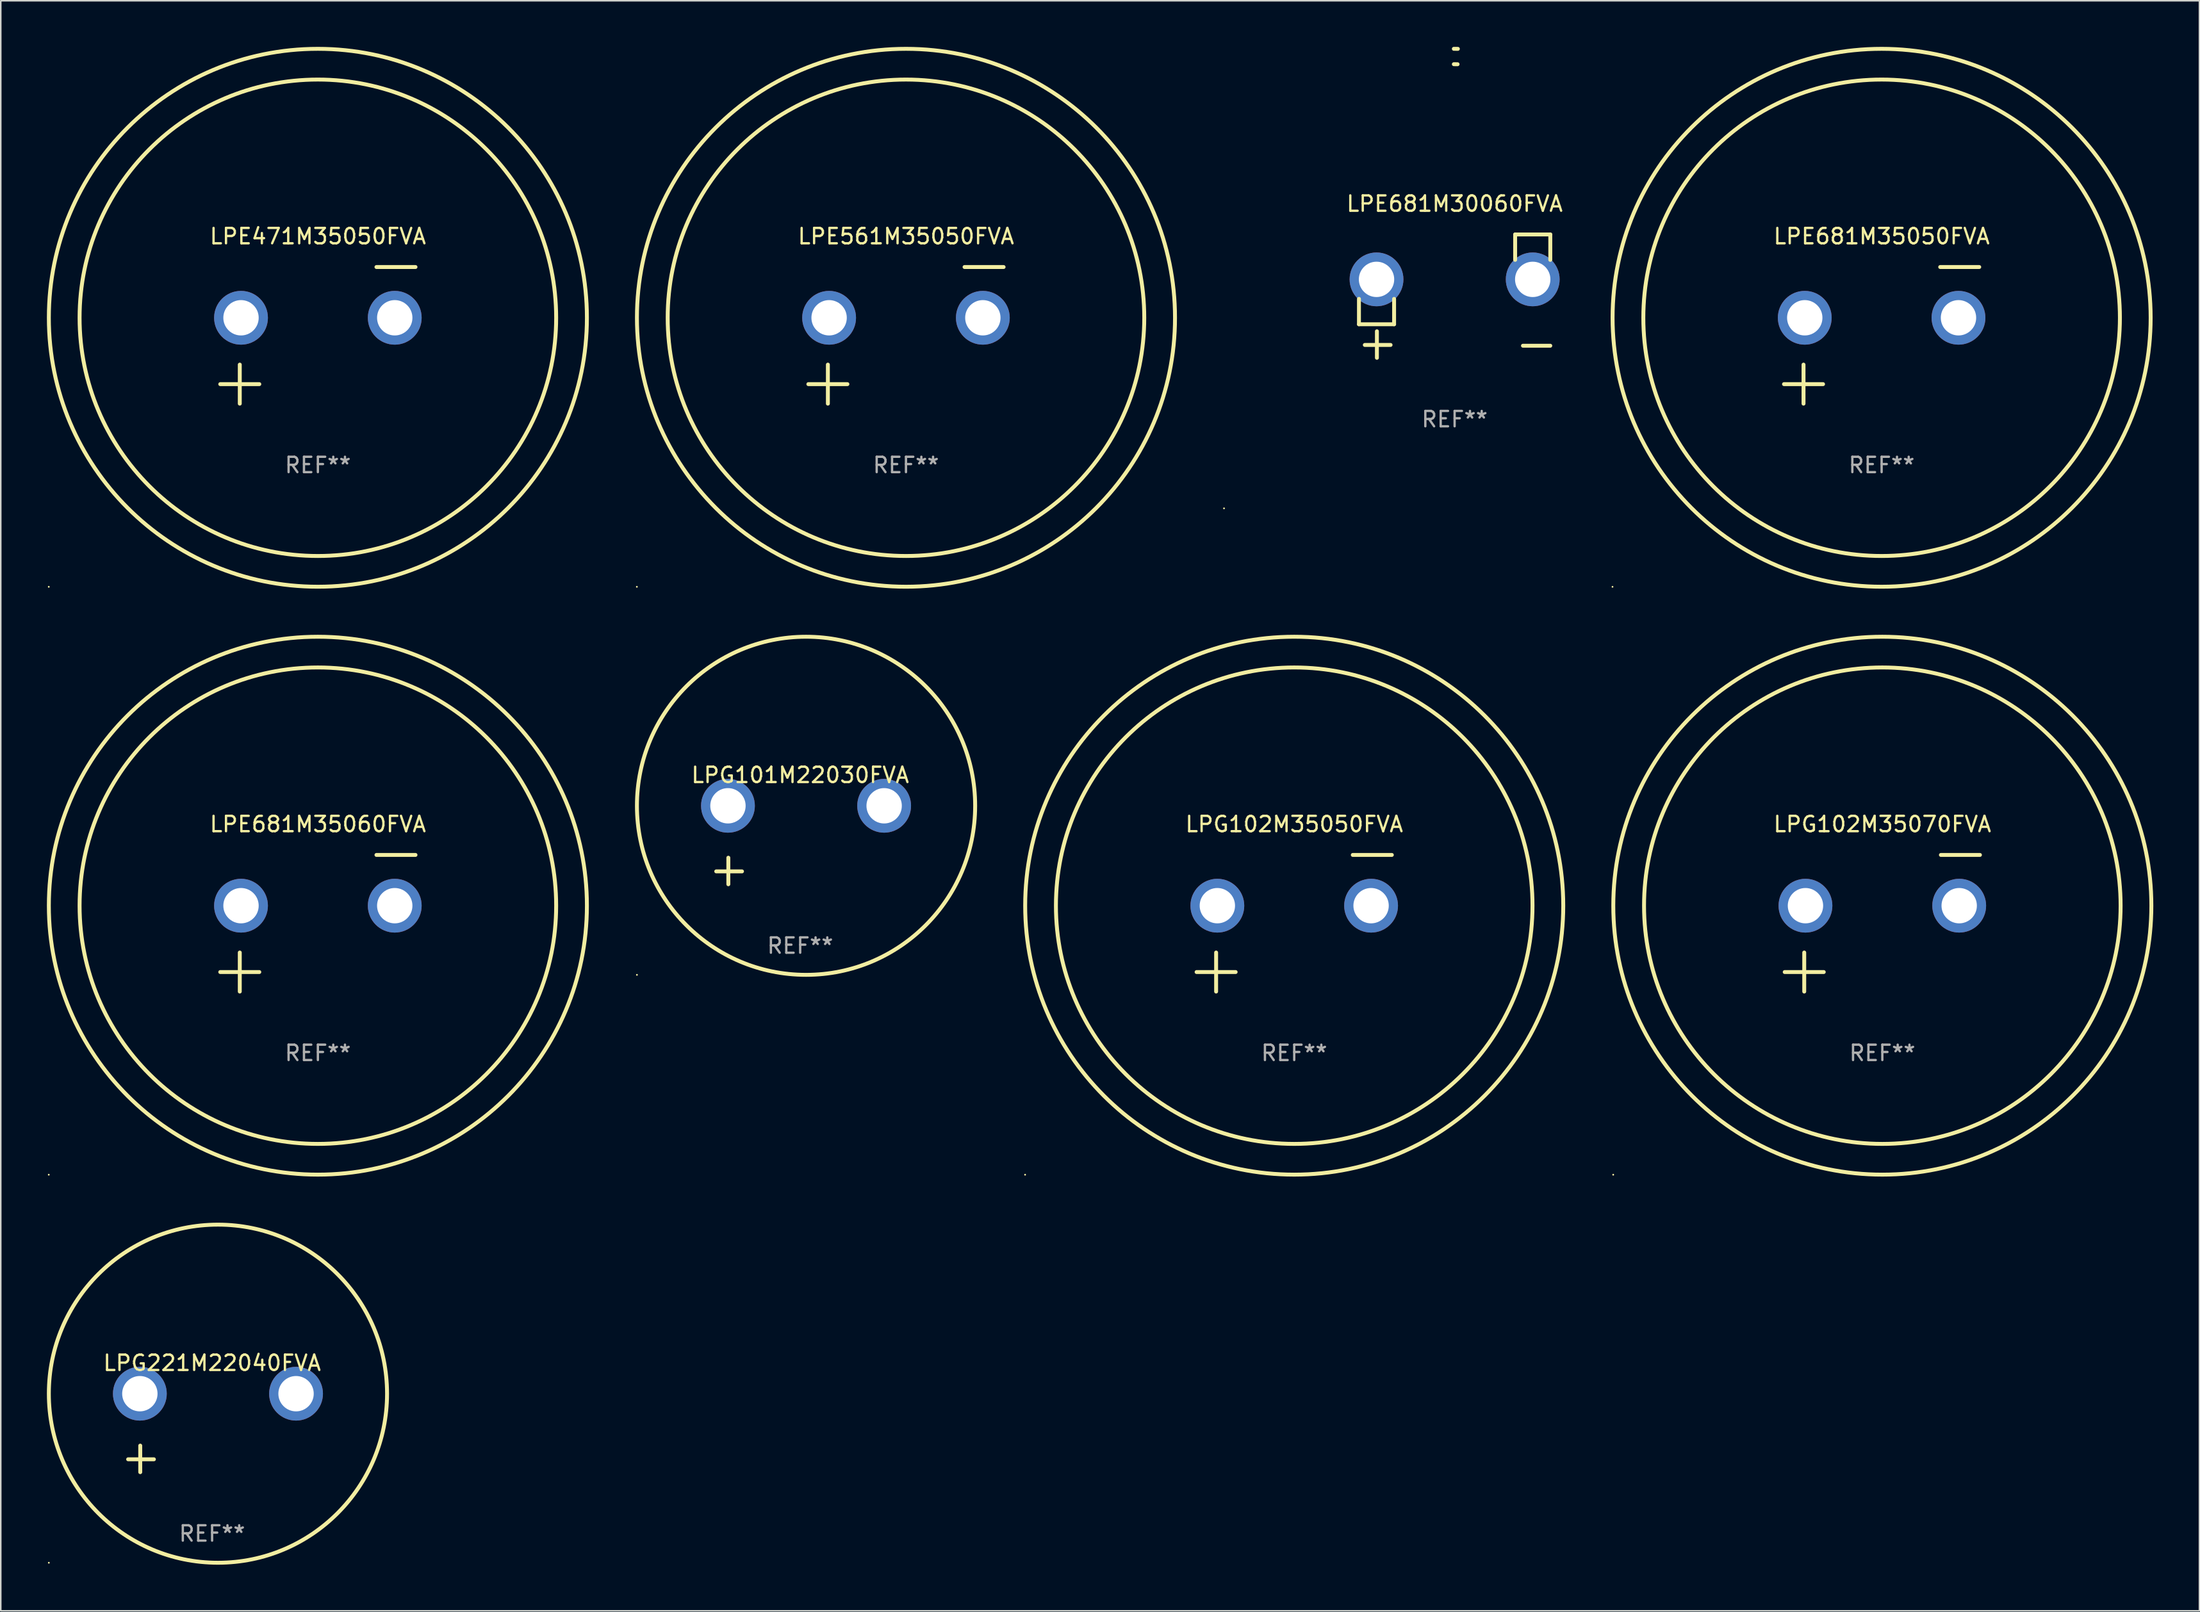
<source format=kicad_pcb>
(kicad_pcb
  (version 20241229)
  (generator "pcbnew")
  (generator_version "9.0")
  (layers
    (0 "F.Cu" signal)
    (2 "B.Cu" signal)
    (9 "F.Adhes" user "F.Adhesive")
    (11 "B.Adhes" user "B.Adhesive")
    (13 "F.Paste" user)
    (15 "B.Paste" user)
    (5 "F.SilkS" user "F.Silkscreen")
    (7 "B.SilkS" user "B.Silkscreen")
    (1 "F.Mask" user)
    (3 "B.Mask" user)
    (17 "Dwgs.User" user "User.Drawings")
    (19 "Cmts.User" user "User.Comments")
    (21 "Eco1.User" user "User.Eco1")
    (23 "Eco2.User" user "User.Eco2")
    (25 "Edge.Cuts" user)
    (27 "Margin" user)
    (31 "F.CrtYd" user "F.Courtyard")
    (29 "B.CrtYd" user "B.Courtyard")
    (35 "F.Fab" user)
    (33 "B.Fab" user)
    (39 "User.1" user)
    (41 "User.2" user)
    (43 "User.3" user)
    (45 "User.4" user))
  (footprint "LPE471M35050FVA"
    (layer "F.Cu")
    (at 17.627 18.77)
    (property "Reference" "LPE471M35050FVA" (at 0 -6.445 0) (layer "F.SilkS") (effects (font (size 1 1) (thickness 0.15))))
    (attr through_hole)
    (fp_line (start -6.35 3.175) (end -3.81 3.175) (stroke (width 0.254) (type solid)) (layer "F.SilkS"))
    (fp_line (start -5.08 1.905) (end -5.08 4.445) (stroke (width 0.254) (type solid)) (layer "F.SilkS"))
    (fp_line (start 3.81 -4.445) (end 6.35 -4.445) (stroke (width 0.254) (type solid)) (layer "F.SilkS"))
    (fp_circle (center -17.505 16.362) (end -17.475 16.362) (stroke (width 0.06) (type solid)) (fill no) (layer "F.SilkS"))
    (fp_circle (center 0 -1.143) (end 15.5 -1.143) (stroke (width 0.254) (type solid)) (fill no) (layer "F.SilkS"))
    (fp_circle (center 0 -1.143) (end 17.5 -1.143) (stroke (width 0.254) (type solid)) (fill no) (layer "F.SilkS"))
    (fp_text user "REF**" (at 0 8.445 0) (layer "F.Fab") (effects (font (size 1 1) (thickness 0.15))))
    (pad "1" thru_hole circle (at -5 -1.143) (size 3.5 3.5) (drill 2.3) (layers "*.Cu" "*.Mask"))
    (pad "2" thru_hole circle (at 5 -1.143) (size 3.5 3.5) (drill 2.3) (layers "*.Cu" "*.Mask")))
  (footprint "LPG102M35070FVA"
    (layer "F.Cu")
    (at 119.39 57.024)
    (property "Reference" "LPG102M35070FVA" (at 0 -6.445 0) (layer "F.SilkS") (effects (font (size 1 1) (thickness 0.15))))
    (attr through_hole)
    (fp_line (start -6.35 3.175) (end -3.81 3.175) (stroke (width 0.254) (type solid)) (layer "F.SilkS"))
    (fp_line (start -5.08 1.905) (end -5.08 4.445) (stroke (width 0.254) (type solid)) (layer "F.SilkS"))
    (fp_line (start 3.81 -4.445) (end 6.35 -4.445) (stroke (width 0.254) (type solid)) (layer "F.SilkS"))
    (fp_circle (center -17.505 16.362) (end -17.475 16.362) (stroke (width 0.06) (type solid)) (fill no) (layer "F.SilkS"))
    (fp_circle (center 0 -1.143) (end 15.5 -1.143) (stroke (width 0.254) (type solid)) (fill no) (layer "F.SilkS"))
    (fp_circle (center 0 -1.143) (end 17.5 -1.143) (stroke (width 0.254) (type solid)) (fill no) (layer "F.SilkS"))
    (fp_text user "REF**" (at 0 8.445 0) (layer "F.Fab") (effects (font (size 1 1) (thickness 0.15))))
    (pad "1" thru_hole circle (at -5 -1.143) (size 3.5 3.5) (drill 2.3) (layers "*.Cu" "*.Mask"))
    (pad "2" thru_hole circle (at 5 -1.143) (size 3.5 3.5) (drill 2.3) (layers "*.Cu" "*.Mask")))
  (footprint "LPE681M35060FVA"
    (layer "F.Cu")
    (at 17.627 57.024)
    (property "Reference" "LPE681M35060FVA" (at 0 -6.445 0) (layer "F.SilkS") (effects (font (size 1 1) (thickness 0.15))))
    (attr through_hole)
    (fp_line (start -6.35 3.175) (end -3.81 3.175) (stroke (width 0.254) (type solid)) (layer "F.SilkS"))
    (fp_line (start -5.08 1.905) (end -5.08 4.445) (stroke (width 0.254) (type solid)) (layer "F.SilkS"))
    (fp_line (start 3.81 -4.445) (end 6.35 -4.445) (stroke (width 0.254) (type solid)) (layer "F.SilkS"))
    (fp_circle (center -17.505 16.362) (end -17.475 16.362) (stroke (width 0.06) (type solid)) (fill no) (layer "F.SilkS"))
    (fp_circle (center 0 -1.143) (end 15.5 -1.143) (stroke (width 0.254) (type solid)) (fill no) (layer "F.SilkS"))
    (fp_circle (center 0 -1.143) (end 17.5 -1.143) (stroke (width 0.254) (type solid)) (fill no) (layer "F.SilkS"))
    (fp_text user "REF**" (at 0 8.445 0) (layer "F.Fab") (effects (font (size 1 1) (thickness 0.15))))
    (pad "1" thru_hole circle (at -5 -1.143) (size 3.5 3.5) (drill 2.3) (layers "*.Cu" "*.Mask"))
    (pad "2" thru_hole circle (at 5 -1.143) (size 3.5 3.5) (drill 2.3) (layers "*.Cu" "*.Mask")))
  (footprint "LPG102M35050FVA"
    (layer "F.Cu")
    (at 81.135 57.024)
    (property "Reference" "LPG102M35050FVA" (at 0 -6.445 0) (layer "F.SilkS") (effects (font (size 1 1) (thickness 0.15))))
    (attr through_hole)
    (fp_line (start -6.35 3.175) (end -3.81 3.175) (stroke (width 0.254) (type solid)) (layer "F.SilkS"))
    (fp_line (start -5.08 1.905) (end -5.08 4.445) (stroke (width 0.254) (type solid)) (layer "F.SilkS"))
    (fp_line (start 3.81 -4.445) (end 6.35 -4.445) (stroke (width 0.254) (type solid)) (layer "F.SilkS"))
    (fp_circle (center -17.505 16.362) (end -17.475 16.362) (stroke (width 0.06) (type solid)) (fill no) (layer "F.SilkS"))
    (fp_circle (center 0 -1.143) (end 15.5 -1.143) (stroke (width 0.254) (type solid)) (fill no) (layer "F.SilkS"))
    (fp_circle (center 0 -1.143) (end 17.5 -1.143) (stroke (width 0.254) (type solid)) (fill no) (layer "F.SilkS"))
    (fp_text user "REF**" (at 0 8.445 0) (layer "F.Fab") (effects (font (size 1 1) (thickness 0.15))))
    (pad "1" thru_hole circle (at -5 -1.143) (size 3.5 3.5) (drill 2.3) (layers "*.Cu" "*.Mask"))
    (pad "2" thru_hole circle (at 5 -1.143) (size 3.5 3.5) (drill 2.3) (layers "*.Cu" "*.Mask")))
  (footprint "LPG101M22030FVA"
    (layer "F.Cu")
    (at 49 51.934)
    (property "Reference" "LPG101M22030FVA" (at 0 -4.553 0) (layer "F.SilkS") (effects (font (size 1 1) (thickness 0.15))))
    (attr through_hole)
    (fp_line (start -4.674 2.553) (end -4.674 0.826) (stroke (width 0.254) (type solid)) (layer "F.SilkS"))
    (fp_line (start -3.785 1.715) (end -5.461 1.715) (stroke (width 0.254) (type solid)) (layer "F.SilkS"))
    (fp_circle (center -10.619 8.447) (end -10.589 8.447) (stroke (width 0.06) (type solid)) (fill no) (layer "F.SilkS"))
    (fp_circle (center 0.381 -2.553) (end 11.381 -2.553) (stroke (width 0.254) (type solid)) (fill no) (layer "F.SilkS"))
    (fp_text user "REF**" (at 0 6.553 0) (layer "F.Fab") (effects (font (size 1 1) (thickness 0.15))))
    (pad "1" thru_hole circle (at -4.699 -2.553) (size 3.5 3.5) (drill 2.3) (layers "*.Cu" "*.Mask"))
    (pad "2" thru_hole circle (at 5.461 -2.553) (size 3.5 3.5) (drill 2.3) (layers "*.Cu" "*.Mask")))
  (footprint "LPE681M35050FVA"
    (layer "F.Cu")
    (at 119.344 18.77)
    (property "Reference" "LPE681M35050FVA" (at 0 -6.445 0) (layer "F.SilkS") (effects (font (size 1 1) (thickness 0.15))))
    (attr through_hole)
    (fp_line (start -6.35 3.175) (end -3.81 3.175) (stroke (width 0.254) (type solid)) (layer "F.SilkS"))
    (fp_line (start -5.08 1.905) (end -5.08 4.445) (stroke (width 0.254) (type solid)) (layer "F.SilkS"))
    (fp_line (start 3.81 -4.445) (end 6.35 -4.445) (stroke (width 0.254) (type solid)) (layer "F.SilkS"))
    (fp_circle (center -17.505 16.362) (end -17.475 16.362) (stroke (width 0.06) (type solid)) (fill no) (layer "F.SilkS"))
    (fp_circle (center 0 -1.143) (end 15.5 -1.143) (stroke (width 0.254) (type solid)) (fill no) (layer "F.SilkS"))
    (fp_circle (center 0 -1.143) (end 17.5 -1.143) (stroke (width 0.254) (type solid)) (fill no) (layer "F.SilkS"))
    (fp_text user "REF**" (at 0 8.445 0) (layer "F.Fab") (effects (font (size 1 1) (thickness 0.15))))
    (pad "1" thru_hole circle (at -5 -1.143) (size 3.5 3.5) (drill 2.3) (layers "*.Cu" "*.Mask"))
    (pad "2" thru_hole circle (at 5 -1.143) (size 3.5 3.5) (drill 2.3) (layers "*.Cu" "*.Mask")))
  (footprint "LPE561M35050FVA"
    (layer "F.Cu")
    (at 55.881 18.77)
    (property "Reference" "LPE561M35050FVA" (at 0 -6.445 0) (layer "F.SilkS") (effects (font (size 1 1) (thickness 0.15))))
    (attr through_hole)
    (fp_line (start -6.35 3.175) (end -3.81 3.175) (stroke (width 0.254) (type solid)) (layer "F.SilkS"))
    (fp_line (start -5.08 1.905) (end -5.08 4.445) (stroke (width 0.254) (type solid)) (layer "F.SilkS"))
    (fp_line (start 3.81 -4.445) (end 6.35 -4.445) (stroke (width 0.254) (type solid)) (layer "F.SilkS"))
    (fp_circle (center -17.505 16.362) (end -17.475 16.362) (stroke (width 0.06) (type solid)) (fill no) (layer "F.SilkS"))
    (fp_circle (center 0 -1.143) (end 15.5 -1.143) (stroke (width 0.254) (type solid)) (fill no) (layer "F.SilkS"))
    (fp_circle (center 0 -1.143) (end 17.5 -1.143) (stroke (width 0.254) (type solid)) (fill no) (layer "F.SilkS"))
    (fp_text user "REF**" (at 0 8.445 0) (layer "F.Fab") (effects (font (size 1 1) (thickness 0.15))))
    (pad "1" thru_hole circle (at -5 -1.143) (size 3.5 3.5) (drill 2.3) (layers "*.Cu" "*.Mask"))
    (pad "2" thru_hole circle (at 5 -1.143) (size 3.5 3.5) (drill 2.3) (layers "*.Cu" "*.Mask")))
  (footprint "LPG221M22040FVA"
    (layer "F.Cu")
    (at 10.746 90.188)
    (property "Reference" "LPG221M22040FVA" (at 0 -4.553 0) (layer "F.SilkS") (effects (font (size 1 1) (thickness 0.15))))
    (attr through_hole)
    (fp_line (start -4.674 2.553) (end -4.674 0.826) (stroke (width 0.254) (type solid)) (layer "F.SilkS"))
    (fp_line (start -3.785 1.715) (end -5.461 1.715) (stroke (width 0.254) (type solid)) (layer "F.SilkS"))
    (fp_circle (center -10.619 8.447) (end -10.589 8.447) (stroke (width 0.06) (type solid)) (fill no) (layer "F.SilkS"))
    (fp_circle (center 0.381 -2.553) (end 11.381 -2.553) (stroke (width 0.254) (type solid)) (fill no) (layer "F.SilkS"))
    (fp_text user "REF**" (at 0 6.553 0) (layer "F.Fab") (effects (font (size 1 1) (thickness 0.15))))
    (pad "1" thru_hole circle (at -4.699 -2.553) (size 3.5 3.5) (drill 2.3) (layers "*.Cu" "*.Mask"))
    (pad "2" thru_hole circle (at 5.461 -2.553) (size 3.5 3.5) (drill 2.3) (layers "*.Cu" "*.Mask")))
  (footprint "LPE681M30060FVA"
    (layer "F.Cu")
    (at 91.569 16.22)
    (property "Reference" "LPE681M30060FVA" (at 0 -6.013 0) (layer "F.SilkS") (effects (font (size 1 1) (thickness 0.15))))
    (attr through_hole)
    (fp_line (start -6.223 0.178) (end -6.223 1.829) (stroke (width 0.254) (type solid)) (layer "F.SilkS"))
    (fp_line (start -6.223 1.829) (end -3.937 1.829) (stroke (width 0.254) (type solid)) (layer "F.SilkS"))
    (fp_line (start -5.055 4.013) (end -5.055 2.286) (stroke (width 0.254) (type solid)) (layer "F.SilkS"))
    (fp_line (start -4.166 3.175) (end -5.842 3.175) (stroke (width 0.254) (type solid)) (layer "F.SilkS"))
    (fp_line (start -3.937 1.829) (end -3.937 0.178) (stroke (width 0.254) (type solid)) (layer "F.SilkS"))
    (fp_line (start 3.937 -4.013) (end 3.937 -2.362) (stroke (width 0.254) (type solid)) (layer "F.SilkS"))
    (fp_line (start 6.223 -4.013) (end 3.937 -4.013) (stroke (width 0.254) (type solid)) (layer "F.SilkS"))
    (fp_line (start 6.223 -2.362) (end 6.223 -4.013) (stroke (width 0.254) (type solid)) (layer "F.SilkS"))
    (fp_line (start 6.223 3.226) (end 4.445 3.226) (stroke (width 0.254) (type solid)) (layer "F.SilkS"))
    (fp_arc (start -0.0508 -16.093472) (mid 0.080016 -16.092762) (end 0.210821 -16.090932) (stroke (width 0.254001) (type solid)) (layer "F.SilkS"))
    (fp_arc (start -0.0508 -15.09271) (mid 0.071125 -15.091961) (end 0.19304 -15.09017) (stroke (width 0.254001) (type solid)) (layer "F.SilkS"))
    (fp_circle (center -15 13.808) (end -14.97 13.808) (stroke (width 0.06) (type solid)) (fill no) (layer "F.SilkS"))
    (fp_text user "REF**" (at 0 8.013 0) (layer "F.Fab") (effects (font (size 1 1) (thickness 0.15))))
    (pad "1" thru_hole circle (at -5.08 -1.092) (size 3.5 3.5) (drill 2.3) (layers "*.Cu" "*.Mask"))
    (pad "2" thru_hole circle (at 5.08 -1.092) (size 3.5 3.5) (drill 2.3) (layers "*.Cu" "*.Mask")))
  (gr_rect
    (start -3 -3)
    (end 140.017 101.763)
    (stroke (width 0.1) (type default))
    (fill no)
    (layer "Edge.Cuts")))
</source>
